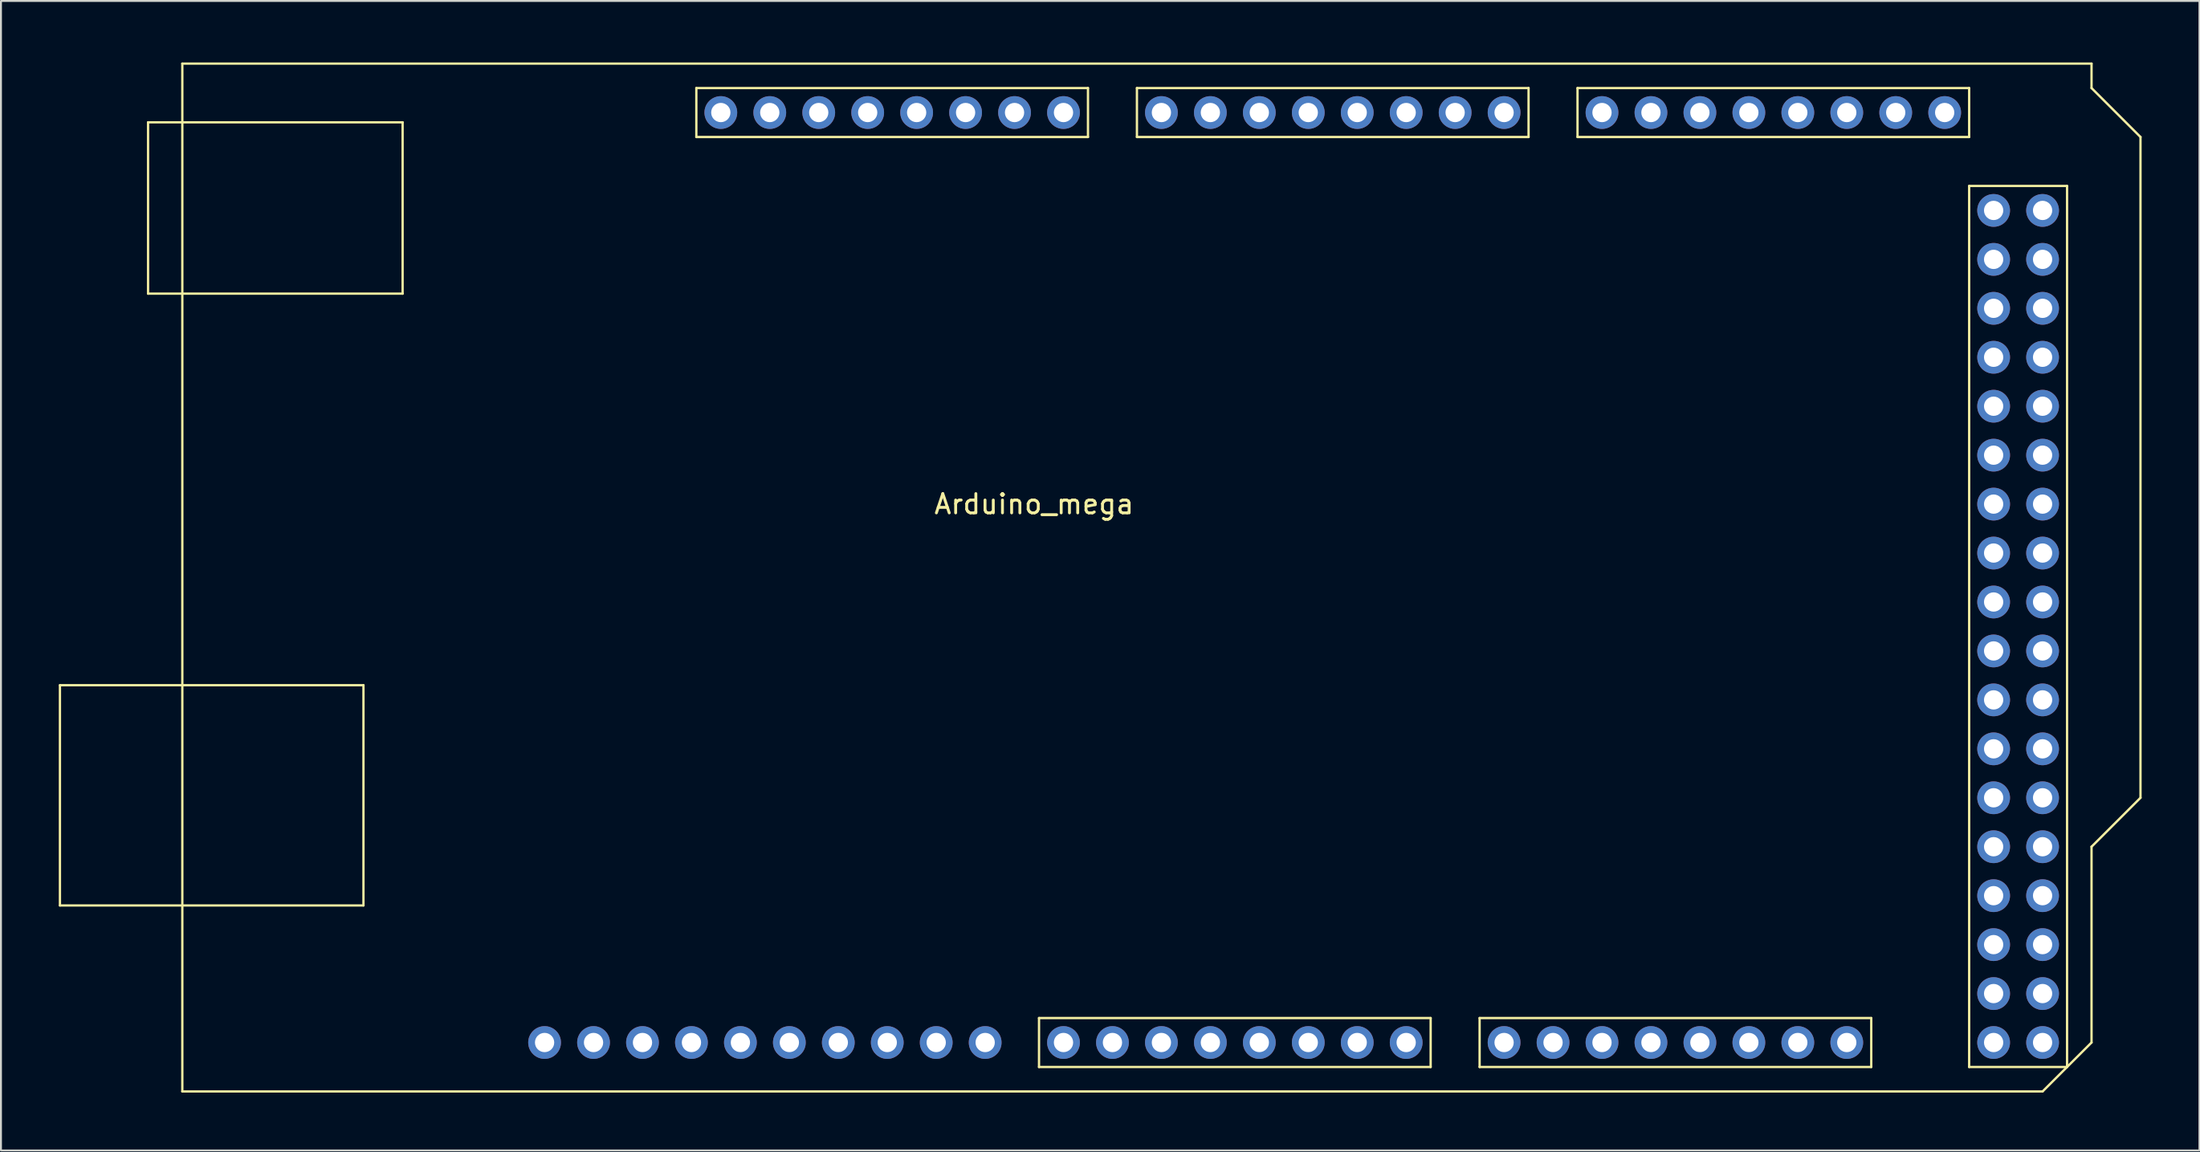
<source format=kicad_pcb>
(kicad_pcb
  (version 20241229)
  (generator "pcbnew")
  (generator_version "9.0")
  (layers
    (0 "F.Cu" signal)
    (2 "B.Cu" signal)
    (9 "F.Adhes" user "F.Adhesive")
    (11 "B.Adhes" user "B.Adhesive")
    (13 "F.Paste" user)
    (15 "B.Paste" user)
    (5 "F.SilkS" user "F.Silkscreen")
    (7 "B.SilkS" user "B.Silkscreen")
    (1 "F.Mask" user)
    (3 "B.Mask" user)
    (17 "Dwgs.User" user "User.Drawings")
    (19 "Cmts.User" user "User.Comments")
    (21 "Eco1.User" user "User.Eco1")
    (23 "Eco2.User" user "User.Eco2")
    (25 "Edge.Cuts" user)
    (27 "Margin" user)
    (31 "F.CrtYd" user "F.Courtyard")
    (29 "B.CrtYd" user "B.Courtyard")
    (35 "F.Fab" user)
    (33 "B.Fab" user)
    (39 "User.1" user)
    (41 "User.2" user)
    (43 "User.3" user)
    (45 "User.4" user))
  (footprint "Arduino_mega"
    (layer "F.Cu")
    (at 6.41 0.25)
    (property "Reference" "Arduino_mega" (at 44.196 22.86 0) (layer "F.SilkS") (effects (font (size 1 1) (thickness 0.15))))
    (attr through_hole)
    (fp_line (start -6.35 32.258) (end -6.35 43.688) (stroke (width 0.12) (type solid)) (layer "F.SilkS"))
    (fp_line (start -6.35 43.688) (end 9.398 43.688) (stroke (width 0.12) (type solid)) (layer "F.SilkS"))
    (fp_line (start -1.778 3.048) (end 11.43 3.048) (stroke (width 0.12) (type solid)) (layer "F.SilkS"))
    (fp_line (start -1.778 11.938) (end -1.778 3.048) (stroke (width 0.12) (type solid)) (layer "F.SilkS"))
    (fp_line (start 0 0) (end 0 53.34) (stroke (width 0.12) (type solid)) (layer "F.SilkS"))
    (fp_line (start 0 53.34) (end 96.52 53.34) (stroke (width 0.12) (type solid)) (layer "F.SilkS"))
    (fp_line (start 9.398 32.258) (end -6.35 32.258) (stroke (width 0.12) (type solid)) (layer "F.SilkS"))
    (fp_line (start 9.398 43.688) (end 9.398 32.258) (stroke (width 0.12) (type solid)) (layer "F.SilkS"))
    (fp_line (start 11.43 3.048) (end 11.43 11.938) (stroke (width 0.12) (type solid)) (layer "F.SilkS"))
    (fp_line (start 11.43 11.938) (end -1.778 11.938) (stroke (width 0.12) (type solid)) (layer "F.SilkS"))
    (fp_line (start 26.67 1.27) (end 26.67 3.81) (stroke (width 0.12) (type solid)) (layer "F.SilkS"))
    (fp_line (start 26.67 3.81) (end 46.99 3.81) (stroke (width 0.12) (type solid)) (layer "F.SilkS"))
    (fp_line (start 44.45 49.53) (end 64.77 49.53) (stroke (width 0.12) (type solid)) (layer "F.SilkS"))
    (fp_line (start 44.45 52.07) (end 44.45 49.53) (stroke (width 0.12) (type solid)) (layer "F.SilkS"))
    (fp_line (start 46.99 1.27) (end 26.67 1.27) (stroke (width 0.12) (type solid)) (layer "F.SilkS"))
    (fp_line (start 46.99 3.81) (end 46.99 1.27) (stroke (width 0.12) (type solid)) (layer "F.SilkS"))
    (fp_line (start 49.53 1.27) (end 49.53 3.81) (stroke (width 0.12) (type solid)) (layer "F.SilkS"))
    (fp_line (start 49.53 3.81) (end 69.85 3.81) (stroke (width 0.12) (type solid)) (layer "F.SilkS"))
    (fp_line (start 64.77 49.53) (end 64.77 52.07) (stroke (width 0.12) (type solid)) (layer "F.SilkS"))
    (fp_line (start 64.77 52.07) (end 44.45 52.07) (stroke (width 0.12) (type solid)) (layer "F.SilkS"))
    (fp_line (start 67.31 49.53) (end 87.63 49.53) (stroke (width 0.12) (type solid)) (layer "F.SilkS"))
    (fp_line (start 67.31 52.07) (end 67.31 49.53) (stroke (width 0.12) (type solid)) (layer "F.SilkS"))
    (fp_line (start 69.85 1.27) (end 49.53 1.27) (stroke (width 0.12) (type solid)) (layer "F.SilkS"))
    (fp_line (start 69.85 3.81) (end 69.85 1.27) (stroke (width 0.12) (type solid)) (layer "F.SilkS"))
    (fp_line (start 72.39 1.27) (end 72.39 3.81) (stroke (width 0.12) (type solid)) (layer "F.SilkS"))
    (fp_line (start 72.39 3.81) (end 92.71 3.81) (stroke (width 0.12) (type solid)) (layer "F.SilkS"))
    (fp_line (start 87.63 49.53) (end 87.63 52.07) (stroke (width 0.12) (type solid)) (layer "F.SilkS"))
    (fp_line (start 87.63 52.07) (end 67.31 52.07) (stroke (width 0.12) (type solid)) (layer "F.SilkS"))
    (fp_line (start 92.71 1.27) (end 72.39 1.27) (stroke (width 0.12) (type solid)) (layer "F.SilkS"))
    (fp_line (start 92.71 3.81) (end 92.71 1.27) (stroke (width 0.12) (type solid)) (layer "F.SilkS"))
    (fp_line (start 92.71 6.35) (end 97.79 6.35) (stroke (width 0.12) (type solid)) (layer "F.SilkS"))
    (fp_line (start 92.71 52.07) (end 92.71 6.35) (stroke (width 0.12) (type solid)) (layer "F.SilkS"))
    (fp_line (start 96.52 53.34) (end 99.06 50.8) (stroke (width 0.12) (type solid)) (layer "F.SilkS"))
    (fp_line (start 97.79 6.35) (end 97.79 52.07) (stroke (width 0.12) (type solid)) (layer "F.SilkS"))
    (fp_line (start 97.79 52.07) (end 92.71 52.07) (stroke (width 0.12) (type solid)) (layer "F.SilkS"))
    (fp_line (start 99.06 0) (end 0 0) (stroke (width 0.12) (type solid)) (layer "F.SilkS"))
    (fp_line (start 99.06 1.27) (end 99.06 0) (stroke (width 0.12) (type solid)) (layer "F.SilkS"))
    (fp_line (start 99.06 40.64) (end 101.6 38.1) (stroke (width 0.12) (type solid)) (layer "F.SilkS"))
    (fp_line (start 99.06 50.8) (end 99.06 40.64) (stroke (width 0.12) (type solid)) (layer "F.SilkS"))
    (fp_line (start 101.6 3.81) (end 99.06 1.27) (stroke (width 0.12) (type solid)) (layer "F.SilkS"))
    (fp_line (start 101.6 38.1) (end 101.6 3.81) (stroke (width 0.12) (type solid)) (layer "F.SilkS"))
    (fp_line (start 17.526 49.53) (end 17.526 52.07) (stroke (width 0.12) (type solid)) (layer "B.Paste"))
    (fp_line (start 17.526 52.07) (end 42.926 52.07) (stroke (width 0.12) (type solid)) (layer "B.Paste"))
    (fp_line (start 42.926 49.53) (end 17.526 49.53) (stroke (width 0.12) (type solid)) (layer "B.Paste"))
    (fp_line (start 42.926 52.07) (end 42.926 49.53) (stroke (width 0.12) (type solid)) (layer "B.Paste"))
    (pad "1" thru_hole circle (at 18.796 50.8) (size 1.7 1.7) (drill 1) (layers "*.Cu" "*.Mask"))
    (pad "2" thru_hole circle (at 21.336 50.8) (size 1.7 1.7) (drill 1) (layers "*.Cu" "*.Mask"))
    (pad "3" thru_hole circle (at 23.876 50.8) (size 1.7 1.7) (drill 1) (layers "*.Cu" "*.Mask"))
    (pad "4" thru_hole circle (at 26.416 50.8) (size 1.7 1.7) (drill 1) (layers "*.Cu" "*.Mask"))
    (pad "5" thru_hole circle (at 28.956 50.8) (size 1.7 1.7) (drill 1) (layers "*.Cu" "*.Mask"))
    (pad "6" thru_hole circle (at 31.496 50.8) (size 1.7 1.7) (drill 1) (layers "*.Cu" "*.Mask"))
    (pad "7" thru_hole circle (at 34.036 50.8) (size 1.7 1.7) (drill 1) (layers "*.Cu" "*.Mask"))
    (pad "8" thru_hole circle (at 36.576 50.8) (size 1.7 1.7) (drill 1) (layers "*.Cu" "*.Mask"))
    (pad "9" thru_hole circle (at 39.116 50.8) (size 1.7 1.7) (drill 1) (layers "*.Cu" "*.Mask"))
    (pad "10" thru_hole circle (at 41.656 50.8) (size 1.7 1.7) (drill 1) (layers "*.Cu" "*.Mask"))
    (pad "11" thru_hole circle (at 45.72 50.8) (size 1.7 1.7) (drill 1) (layers "*.Cu" "*.Mask"))
    (pad "12" thru_hole circle (at 48.26 50.8) (size 1.7 1.7) (drill 1) (layers "*.Cu" "*.Mask"))
    (pad "13" thru_hole circle (at 50.8 50.8) (size 1.7 1.7) (drill 1) (layers "*.Cu" "*.Mask"))
    (pad "14" thru_hole circle (at 53.34 50.8) (size 1.7 1.7) (drill 1) (layers "*.Cu" "*.Mask"))
    (pad "15" thru_hole circle (at 55.88 50.8) (size 1.7 1.7) (drill 1) (layers "*.Cu" "*.Mask"))
    (pad "16" thru_hole circle (at 58.42 50.8) (size 1.7 1.7) (drill 1) (layers "*.Cu" "*.Mask"))
    (pad "17" thru_hole circle (at 60.96 50.8) (size 1.7 1.7) (drill 1) (layers "*.Cu" "*.Mask"))
    (pad "18" thru_hole circle (at 63.5 50.8) (size 1.7 1.7) (drill 1) (layers "*.Cu" "*.Mask"))
    (pad "19" thru_hole circle (at 68.58 50.8) (size 1.7 1.7) (drill 1) (layers "*.Cu" "*.Mask"))
    (pad "20" thru_hole circle (at 71.12 50.8) (size 1.7 1.7) (drill 1) (layers "*.Cu" "*.Mask"))
    (pad "21" thru_hole circle (at 73.66 50.8) (size 1.7 1.7) (drill 1) (layers "*.Cu" "*.Mask"))
    (pad "22" thru_hole circle (at 76.2 50.8) (size 1.7 1.7) (drill 1) (layers "*.Cu" "*.Mask"))
    (pad "23" thru_hole circle (at 78.74 50.8) (size 1.7 1.7) (drill 1) (layers "*.Cu" "*.Mask"))
    (pad "24" thru_hole circle (at 81.28 50.8) (size 1.7 1.7) (drill 1) (layers "*.Cu" "*.Mask"))
    (pad "25" thru_hole circle (at 83.82 50.8) (size 1.7 1.7) (drill 1) (layers "*.Cu" "*.Mask"))
    (pad "26" thru_hole circle (at 86.36 50.8) (size 1.7 1.7) (drill 1) (layers "*.Cu" "*.Mask"))
    (pad "27" thru_hole circle (at 93.98 50.8) (size 1.7 1.7) (drill 1) (layers "*.Cu" "*.Mask"))
    (pad "28" thru_hole circle (at 96.52 50.8) (size 1.7 1.7) (drill 1) (layers "*.Cu" "*.Mask"))
    (pad "29" thru_hole circle (at 93.98 48.26) (size 1.7 1.7) (drill 1) (layers "*.Cu" "*.Mask"))
    (pad "30" thru_hole circle (at 96.52 48.26) (size 1.7 1.7) (drill 1) (layers "*.Cu" "*.Mask"))
    (pad "31" thru_hole circle (at 93.98 45.72) (size 1.7 1.7) (drill 1) (layers "*.Cu" "*.Mask"))
    (pad "32" thru_hole circle (at 96.52 45.72) (size 1.7 1.7) (drill 1) (layers "*.Cu" "*.Mask"))
    (pad "33" thru_hole circle (at 93.98 43.18) (size 1.7 1.7) (drill 1) (layers "*.Cu" "*.Mask"))
    (pad "34" thru_hole circle (at 96.52 43.18) (size 1.7 1.7) (drill 1) (layers "*.Cu" "*.Mask"))
    (pad "35" thru_hole circle (at 93.98 40.64) (size 1.7 1.7) (drill 1) (layers "*.Cu" "*.Mask"))
    (pad "36" thru_hole circle (at 96.52 40.64) (size 1.7 1.7) (drill 1) (layers "*.Cu" "*.Mask"))
    (pad "37" thru_hole circle (at 93.98 38.1) (size 1.7 1.7) (drill 1) (layers "*.Cu" "*.Mask"))
    (pad "38" thru_hole circle (at 96.52 38.1) (size 1.7 1.7) (drill 1) (layers "*.Cu" "*.Mask"))
    (pad "39" thru_hole circle (at 93.98 35.56) (size 1.7 1.7) (drill 1) (layers "*.Cu" "*.Mask"))
    (pad "40" thru_hole circle (at 96.52 35.56) (size 1.7 1.7) (drill 1) (layers "*.Cu" "*.Mask"))
    (pad "41" thru_hole circle (at 93.98 33.02) (size 1.7 1.7) (drill 1) (layers "*.Cu" "*.Mask"))
    (pad "42" thru_hole circle (at 96.52 33.02) (size 1.7 1.7) (drill 1) (layers "*.Cu" "*.Mask"))
    (pad "43" thru_hole circle (at 93.98 30.48) (size 1.7 1.7) (drill 1) (layers "*.Cu" "*.Mask"))
    (pad "44" thru_hole circle (at 96.52 30.48) (size 1.7 1.7) (drill 1) (layers "*.Cu" "*.Mask"))
    (pad "45" thru_hole circle (at 93.98 27.94) (size 1.7 1.7) (drill 1) (layers "*.Cu" "*.Mask"))
    (pad "46" thru_hole circle (at 96.52 27.94) (size 1.7 1.7) (drill 1) (layers "*.Cu" "*.Mask"))
    (pad "47" thru_hole circle (at 93.98 25.4) (size 1.7 1.7) (drill 1) (layers "*.Cu" "*.Mask"))
    (pad "48" thru_hole circle (at 96.52 25.4) (size 1.7 1.7) (drill 1) (layers "*.Cu" "*.Mask"))
    (pad "49" thru_hole circle (at 93.98 22.86) (size 1.7 1.7) (drill 1) (layers "*.Cu" "*.Mask"))
    (pad "50" thru_hole circle (at 96.52 22.86) (size 1.7 1.7) (drill 1) (layers "*.Cu" "*.Mask"))
    (pad "51" thru_hole circle (at 93.98 20.32) (size 1.7 1.7) (drill 1) (layers "*.Cu" "*.Mask"))
    (pad "52" thru_hole circle (at 96.52 20.32) (size 1.7 1.7) (drill 1) (layers "*.Cu" "*.Mask"))
    (pad "53" thru_hole circle (at 93.98 17.78) (size 1.7 1.7) (drill 1) (layers "*.Cu" "*.Mask"))
    (pad "54" thru_hole circle (at 96.52 17.78) (size 1.7 1.7) (drill 1) (layers "*.Cu" "*.Mask"))
    (pad "55" thru_hole circle (at 93.98 15.24) (size 1.7 1.7) (drill 1) (layers "*.Cu" "*.Mask"))
    (pad "56" thru_hole circle (at 96.52 15.24) (size 1.7 1.7) (drill 1) (layers "*.Cu" "*.Mask"))
    (pad "57" thru_hole circle (at 93.98 12.7) (size 1.7 1.7) (drill 1) (layers "*.Cu" "*.Mask"))
    (pad "58" thru_hole circle (at 96.52 12.7) (size 1.7 1.7) (drill 1) (layers "*.Cu" "*.Mask"))
    (pad "59" thru_hole circle (at 93.98 10.16) (size 1.7 1.7) (drill 1) (layers "*.Cu" "*.Mask"))
    (pad "60" thru_hole circle (at 96.52 10.16) (size 1.7 1.7) (drill 1) (layers "*.Cu" "*.Mask"))
    (pad "61" thru_hole circle (at 93.98 7.62) (size 1.7 1.7) (drill 1) (layers "*.Cu" "*.Mask"))
    (pad "62" thru_hole circle (at 96.52 7.62) (size 1.7 1.7) (drill 1) (layers "*.Cu" "*.Mask"))
    (pad "63" thru_hole circle (at 91.44 2.54) (size 1.7 1.7) (drill 1) (layers "*.Cu" "*.Mask"))
    (pad "64" thru_hole circle (at 88.9 2.54) (size 1.7 1.7) (drill 1) (layers "*.Cu" "*.Mask"))
    (pad "65" thru_hole circle (at 86.36 2.54) (size 1.7 1.7) (drill 1) (layers "*.Cu" "*.Mask"))
    (pad "66" thru_hole circle (at 83.82 2.54) (size 1.7 1.7) (drill 1) (layers "*.Cu" "*.Mask"))
    (pad "67" thru_hole circle (at 81.28 2.54) (size 1.7 1.7) (drill 1) (layers "*.Cu" "*.Mask"))
    (pad "68" thru_hole circle (at 78.74 2.54) (size 1.7 1.7) (drill 1) (layers "*.Cu" "*.Mask"))
    (pad "69" thru_hole circle (at 76.2 2.54) (size 1.7 1.7) (drill 1) (layers "*.Cu" "*.Mask"))
    (pad "70" thru_hole circle (at 73.66 2.54) (size 1.7 1.7) (drill 1) (layers "*.Cu" "*.Mask"))
    (pad "71" thru_hole circle (at 68.58 2.54) (size 1.7 1.7) (drill 1) (layers "*.Cu" "*.Mask"))
    (pad "72" thru_hole circle (at 66.04 2.54) (size 1.7 1.7) (drill 1) (layers "*.Cu" "*.Mask"))
    (pad "73" thru_hole circle (at 63.5 2.54) (size 1.7 1.7) (drill 1) (layers "*.Cu" "*.Mask"))
    (pad "74" thru_hole circle (at 60.96 2.54) (size 1.7 1.7) (drill 1) (layers "*.Cu" "*.Mask"))
    (pad "75" thru_hole circle (at 58.42 2.54) (size 1.7 1.7) (drill 1) (layers "*.Cu" "*.Mask"))
    (pad "76" thru_hole circle (at 55.88 2.54) (size 1.7 1.7) (drill 1) (layers "*.Cu" "*.Mask"))
    (pad "77" thru_hole circle (at 53.34 2.54) (size 1.7 1.7) (drill 1) (layers "*.Cu" "*.Mask"))
    (pad "78" thru_hole circle (at 50.8 2.54) (size 1.7 1.7) (drill 1) (layers "*.Cu" "*.Mask"))
    (pad "79" thru_hole circle (at 45.72 2.54) (size 1.7 1.7) (drill 1) (layers "*.Cu" "*.Mask"))
    (pad "80" thru_hole circle (at 43.18 2.54) (size 1.7 1.7) (drill 1) (layers "*.Cu" "*.Mask"))
    (pad "81" thru_hole circle (at 40.64 2.54) (size 1.7 1.7) (drill 1) (layers "*.Cu" "*.Mask"))
    (pad "82" thru_hole circle (at 38.1 2.54) (size 1.7 1.7) (drill 1) (layers "*.Cu" "*.Mask"))
    (pad "83" thru_hole circle (at 35.56 2.54) (size 1.7 1.7) (drill 1) (layers "*.Cu" "*.Mask"))
    (pad "84" thru_hole circle (at 33.02 2.54) (size 1.7 1.7) (drill 1) (layers "*.Cu" "*.Mask"))
    (pad "85" thru_hole circle (at 30.48 2.54) (size 1.7 1.7) (drill 1) (layers "*.Cu" "*.Mask"))
    (pad "86" thru_hole circle (at 27.94 2.54) (size 1.7 1.7) (drill 1) (layers "*.Cu" "*.Mask")))
  (gr_rect
    (start -3 -3)
    (end 111.07 56.65)
    (stroke (width 0.1) (type default))
    (fill no)
    (layer "Edge.Cuts")))
</source>
